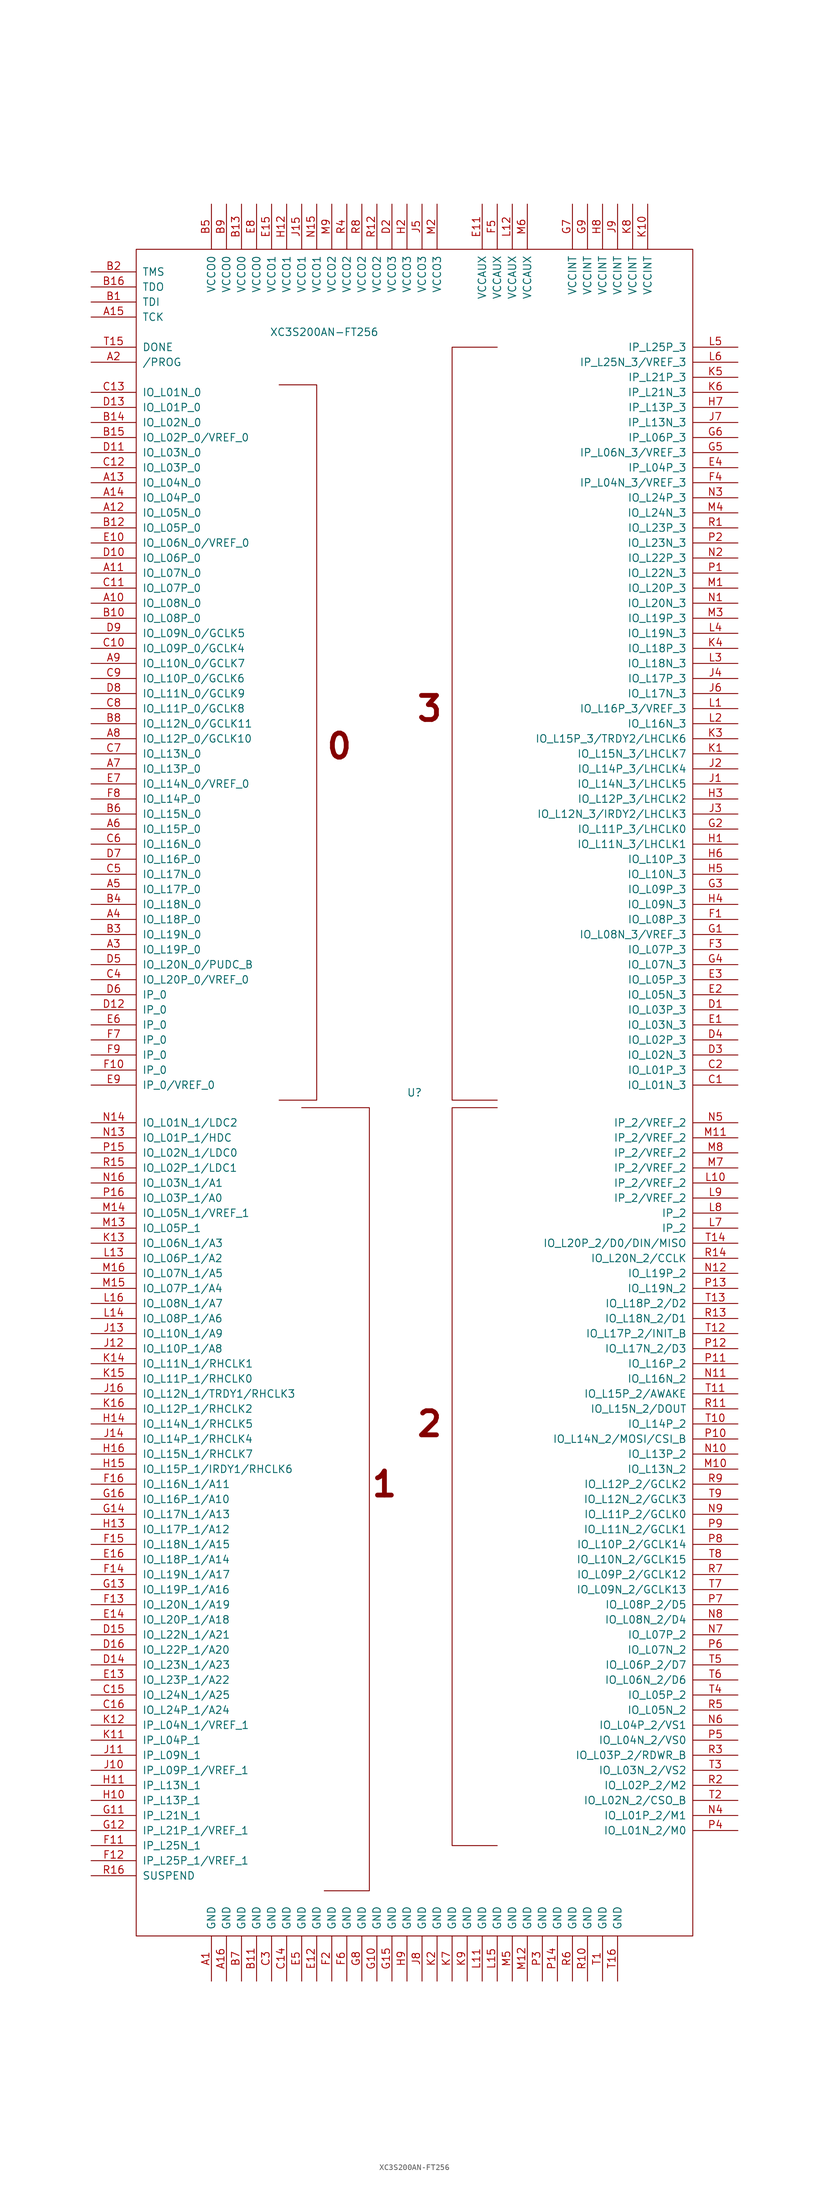
<source format=kicad_sym>
(kicad_symbol_lib
  (version 20211014)
  (generator kicad_symbol_editor)
  (symbol "XC3S200AN-FT256"
    (pin_names
      (offset 1.016))
    (property "Reference" "U"
      (at 0 0 0)
      (effects (font (size 1.27 1.27))))
    (property "Value" "XC3S200AN-FT256"
      (at -15.24 128.27 0)
      (effects (font (size 1.27 1.27))))
    (symbol "XC3S200AN-FT256_0_0"
      (text "0" (at -12.7 58.42 0) (effects (font (size 4.064 4.064) bold)))
      (text "1" (at -5.08 -66.04 0) (effects (font (size 4.064 4.064) bold)))
      (text "2" (at 2.54 -55.88 0) (effects (font (size 4.064 4.064) bold)))
      (text "3" (at 2.54 64.77 0) (effects (font (size 4.064 4.064) bold))))
    (symbol "XC3S200AN-FT256_0_1"
      (rectangle (start -46.99 142.24) (end 46.99 -142.24) (stroke (width 0) (type default) (color 0 0 0 0)) (fill (type none)))
      (polyline (pts (xy -22.86 119.38) (xy -16.51 119.38) (xy -16.51 -1.27) (xy -22.86 -1.27) (xy -22.86 -1.27)) (stroke (width 0) (type default) (color 0 0 0 0)) (fill (type none)))
      (polyline (pts (xy -19.05 -2.54) (xy -7.62 -2.54) (xy -7.62 -134.62) (xy -15.24 -134.62) (xy -15.24 -134.62)) (stroke (width 0) (type default) (color 0 0 0 0)) (fill (type none)))
      (polyline (pts (xy 13.97 -2.54) (xy 6.35 -2.54) (xy 6.35 -127) (xy 13.97 -127) (xy 13.97 -127)) (stroke (width 0) (type default) (color 0 0 0 0)) (fill (type none)))
      (polyline (pts (xy 13.97 125.73) (xy 6.35 125.73) (xy 6.35 -1.27) (xy 13.97 -1.27) (xy 13.97 -1.27)) (stroke (width 0) (type default) (color 0 0 0 0)) (fill (type none))))
    (symbol "XC3S200AN-FT256_1_1"
      (pin power_in line (at -34.29 -149.86 90) (length 7.62) (name "GND" (effects (font (size 1.27 1.27)))) (number "A1" (effects (font (size 1.27 1.27)))))
      (pin bidirectional line (at -54.61 82.55 0) (length 7.62) (name "IO_L08N_0" (effects (font (size 1.27 1.27)))) (number "A10" (effects (font (size 1.27 1.27)))))
      (pin bidirectional line (at -54.61 87.63 0) (length 7.62) (name "IO_L07N_0" (effects (font (size 1.27 1.27)))) (number "A11" (effects (font (size 1.27 1.27)))))
      (pin bidirectional line (at -54.61 97.79 0) (length 7.62) (name "IO_L05N_0" (effects (font (size 1.27 1.27)))) (number "A12" (effects (font (size 1.27 1.27)))))
      (pin bidirectional line (at -54.61 102.87 0) (length 7.62) (name "IO_L04N_0" (effects (font (size 1.27 1.27)))) (number "A13" (effects (font (size 1.27 1.27)))))
      (pin bidirectional line (at -54.61 100.33 0) (length 7.62) (name "IO_L04P_0" (effects (font (size 1.27 1.27)))) (number "A14" (effects (font (size 1.27 1.27)))))
      (pin input line (at -54.61 130.81 0) (length 7.62) (name "TCK" (effects (font (size 1.27 1.27)))) (number "A15" (effects (font (size 1.27 1.27)))))
      (pin power_in line (at -31.75 -149.86 90) (length 7.62) (name "GND" (effects (font (size 1.27 1.27)))) (number "A16" (effects (font (size 1.27 1.27)))))
      (pin bidirectional line (at -54.61 123.19 0) (length 7.62) (name "/PROG" (effects (font (size 1.27 1.27)))) (number "A2" (effects (font (size 1.27 1.27)))))
      (pin bidirectional line (at -54.61 24.13 0) (length 7.62) (name "IO_L19P_0" (effects (font (size 1.27 1.27)))) (number "A3" (effects (font (size 1.27 1.27)))))
      (pin bidirectional line (at -54.61 29.21 0) (length 7.62) (name "IO_L18P_0" (effects (font (size 1.27 1.27)))) (number "A4" (effects (font (size 1.27 1.27)))))
      (pin bidirectional line (at -54.61 34.29 0) (length 7.62) (name "IO_L17P_0" (effects (font (size 1.27 1.27)))) (number "A5" (effects (font (size 1.27 1.27)))))
      (pin bidirectional line (at -54.61 44.45 0) (length 7.62) (name "IO_L15P_0" (effects (font (size 1.27 1.27)))) (number "A6" (effects (font (size 1.27 1.27)))))
      (pin bidirectional line (at -54.61 54.61 0) (length 7.62) (name "IO_L13P_0" (effects (font (size 1.27 1.27)))) (number "A7" (effects (font (size 1.27 1.27)))))
      (pin bidirectional line (at -54.61 59.69 0) (length 7.62) (name "IO_L12P_0/GCLK10" (effects (font (size 1.27 1.27)))) (number "A8" (effects (font (size 1.27 1.27)))))
      (pin bidirectional line (at -54.61 72.39 0) (length 7.62) (name "IO_L10N_0/GCLK7" (effects (font (size 1.27 1.27)))) (number "A9" (effects (font (size 1.27 1.27)))))
      (pin input line (at -54.61 133.35 0) (length 7.62) (name "TDI" (effects (font (size 1.27 1.27)))) (number "B1" (effects (font (size 1.27 1.27)))))
      (pin bidirectional line (at -54.61 80.01 0) (length 7.62) (name "IO_L08P_0" (effects (font (size 1.27 1.27)))) (number "B10" (effects (font (size 1.27 1.27)))))
      (pin power_in line (at -26.67 -149.86 90) (length 7.62) (name "GND" (effects (font (size 1.27 1.27)))) (number "B11" (effects (font (size 1.27 1.27)))))
      (pin bidirectional line (at -54.61 95.25 0) (length 7.62) (name "IO_L05P_0" (effects (font (size 1.27 1.27)))) (number "B12" (effects (font (size 1.27 1.27)))))
      (pin power_in line (at -29.21 149.86 270) (length 7.62) (name "VCCO0" (effects (font (size 1.27 1.27)))) (number "B13" (effects (font (size 1.27 1.27)))))
      (pin bidirectional line (at -54.61 113.03 0) (length 7.62) (name "IO_L02N_0" (effects (font (size 1.27 1.27)))) (number "B14" (effects (font (size 1.27 1.27)))))
      (pin bidirectional line (at -54.61 110.49 0) (length 7.62) (name "IO_L02P_0/VREF_0" (effects (font (size 1.27 1.27)))) (number "B15" (effects (font (size 1.27 1.27)))))
      (pin output line (at -54.61 135.89 0) (length 7.62) (name "TDO" (effects (font (size 1.27 1.27)))) (number "B16" (effects (font (size 1.27 1.27)))))
      (pin input line (at -54.61 138.43 0) (length 7.62) (name "TMS" (effects (font (size 1.27 1.27)))) (number "B2" (effects (font (size 1.27 1.27)))))
      (pin bidirectional line (at -54.61 26.67 0) (length 7.62) (name "IO_L19N_0" (effects (font (size 1.27 1.27)))) (number "B3" (effects (font (size 1.27 1.27)))))
      (pin bidirectional line (at -54.61 31.75 0) (length 7.62) (name "IO_L18N_0" (effects (font (size 1.27 1.27)))) (number "B4" (effects (font (size 1.27 1.27)))))
      (pin power_in line (at -34.29 149.86 270) (length 7.62) (name "VCCO0" (effects (font (size 1.27 1.27)))) (number "B5" (effects (font (size 1.27 1.27)))))
      (pin bidirectional line (at -54.61 46.99 0) (length 7.62) (name "IO_L15N_0" (effects (font (size 1.27 1.27)))) (number "B6" (effects (font (size 1.27 1.27)))))
      (pin power_in line (at -29.21 -149.86 90) (length 7.62) (name "GND" (effects (font (size 1.27 1.27)))) (number "B7" (effects (font (size 1.27 1.27)))))
      (pin bidirectional line (at -54.61 62.23 0) (length 7.62) (name "IO_L12N_0/GCLK11" (effects (font (size 1.27 1.27)))) (number "B8" (effects (font (size 1.27 1.27)))))
      (pin power_in line (at -31.75 149.86 270) (length 7.62) (name "VCCO0" (effects (font (size 1.27 1.27)))) (number "B9" (effects (font (size 1.27 1.27)))))
      (pin bidirectional line (at 54.61 1.27 180) (length 7.62) (name "IO_L01N_3" (effects (font (size 1.27 1.27)))) (number "C1" (effects (font (size 1.27 1.27)))))
      (pin bidirectional line (at -54.61 74.93 0) (length 7.62) (name "IO_L09P_0/GCLK4" (effects (font (size 1.27 1.27)))) (number "C10" (effects (font (size 1.27 1.27)))))
      (pin bidirectional line (at -54.61 85.09 0) (length 7.62) (name "IO_L07P_0" (effects (font (size 1.27 1.27)))) (number "C11" (effects (font (size 1.27 1.27)))))
      (pin bidirectional line (at -54.61 105.41 0) (length 7.62) (name "IO_L03P_0" (effects (font (size 1.27 1.27)))) (number "C12" (effects (font (size 1.27 1.27)))))
      (pin bidirectional line (at -54.61 118.11 0) (length 7.62) (name "IO_L01N_0" (effects (font (size 1.27 1.27)))) (number "C13" (effects (font (size 1.27 1.27)))))
      (pin power_in line (at -21.59 -149.86 90) (length 7.62) (name "GND" (effects (font (size 1.27 1.27)))) (number "C14" (effects (font (size 1.27 1.27)))))
      (pin bidirectional line (at -54.61 -101.6 0) (length 7.62) (name "IO_L24N_1/A25" (effects (font (size 1.27 1.27)))) (number "C15" (effects (font (size 1.27 1.27)))))
      (pin bidirectional line (at -54.61 -104.14 0) (length 7.62) (name "IO_L24P_1/A24" (effects (font (size 1.27 1.27)))) (number "C16" (effects (font (size 1.27 1.27)))))
      (pin bidirectional line (at 54.61 3.81 180) (length 7.62) (name "IO_L01P_3" (effects (font (size 1.27 1.27)))) (number "C2" (effects (font (size 1.27 1.27)))))
      (pin power_in line (at -24.13 -149.86 90) (length 7.62) (name "GND" (effects (font (size 1.27 1.27)))) (number "C3" (effects (font (size 1.27 1.27)))))
      (pin bidirectional line (at -54.61 19.05 0) (length 7.62) (name "IO_L20P_0/VREF_0" (effects (font (size 1.27 1.27)))) (number "C4" (effects (font (size 1.27 1.27)))))
      (pin bidirectional line (at -54.61 36.83 0) (length 7.62) (name "IO_L17N_0" (effects (font (size 1.27 1.27)))) (number "C5" (effects (font (size 1.27 1.27)))))
      (pin bidirectional line (at -54.61 41.91 0) (length 7.62) (name "IO_L16N_0" (effects (font (size 1.27 1.27)))) (number "C6" (effects (font (size 1.27 1.27)))))
      (pin bidirectional line (at -54.61 57.15 0) (length 7.62) (name "IO_L13N_0" (effects (font (size 1.27 1.27)))) (number "C7" (effects (font (size 1.27 1.27)))))
      (pin bidirectional line (at -54.61 64.77 0) (length 7.62) (name "IO_L11P_0/GCLK8" (effects (font (size 1.27 1.27)))) (number "C8" (effects (font (size 1.27 1.27)))))
      (pin bidirectional line (at -54.61 69.85 0) (length 7.62) (name "IO_L10P_0/GCLK6" (effects (font (size 1.27 1.27)))) (number "C9" (effects (font (size 1.27 1.27)))))
      (pin bidirectional line (at 54.61 13.97 180) (length 7.62) (name "IO_L03P_3" (effects (font (size 1.27 1.27)))) (number "D1" (effects (font (size 1.27 1.27)))))
      (pin bidirectional line (at -54.61 90.17 0) (length 7.62) (name "IO_L06P_0" (effects (font (size 1.27 1.27)))) (number "D10" (effects (font (size 1.27 1.27)))))
      (pin bidirectional line (at -54.61 107.95 0) (length 7.62) (name "IO_L03N_0" (effects (font (size 1.27 1.27)))) (number "D11" (effects (font (size 1.27 1.27)))))
      (pin input line (at -54.61 13.97 0) (length 7.62) (name "IP_0" (effects (font (size 1.27 1.27)))) (number "D12" (effects (font (size 1.27 1.27)))))
      (pin bidirectional line (at -54.61 115.57 0) (length 7.62) (name "IO_L01P_0" (effects (font (size 1.27 1.27)))) (number "D13" (effects (font (size 1.27 1.27)))))
      (pin bidirectional line (at -54.61 -96.52 0) (length 7.62) (name "IO_L23N_1/A23" (effects (font (size 1.27 1.27)))) (number "D14" (effects (font (size 1.27 1.27)))))
      (pin bidirectional line (at -54.61 -91.44 0) (length 7.62) (name "IO_L22N_1/A21" (effects (font (size 1.27 1.27)))) (number "D15" (effects (font (size 1.27 1.27)))))
      (pin bidirectional line (at -54.61 -93.98 0) (length 7.62) (name "IO_L22P_1/A20" (effects (font (size 1.27 1.27)))) (number "D16" (effects (font (size 1.27 1.27)))))
      (pin passive line (at -3.81 149.86 270) (length 7.62) (name "VCCO3" (effects (font (size 1.27 1.27)))) (number "D2" (effects (font (size 1.27 1.27)))))
      (pin bidirectional line (at 54.61 6.35 180) (length 7.62) (name "IO_L02N_3" (effects (font (size 1.27 1.27)))) (number "D3" (effects (font (size 1.27 1.27)))))
      (pin bidirectional line (at 54.61 8.89 180) (length 7.62) (name "IO_L02P_3" (effects (font (size 1.27 1.27)))) (number "D4" (effects (font (size 1.27 1.27)))))
      (pin bidirectional line (at -54.61 21.59 0) (length 7.62) (name "IO_L20N_0/PUDC_B" (effects (font (size 1.27 1.27)))) (number "D5" (effects (font (size 1.27 1.27)))))
      (pin input line (at -54.61 16.51 0) (length 7.62) (name "IP_0" (effects (font (size 1.27 1.27)))) (number "D6" (effects (font (size 1.27 1.27)))))
      (pin bidirectional line (at -54.61 39.37 0) (length 7.62) (name "IO_L16P_0" (effects (font (size 1.27 1.27)))) (number "D7" (effects (font (size 1.27 1.27)))))
      (pin bidirectional line (at -54.61 67.31 0) (length 7.62) (name "IO_L11N_0/GCLK9" (effects (font (size 1.27 1.27)))) (number "D8" (effects (font (size 1.27 1.27)))))
      (pin bidirectional line (at -54.61 77.47 0) (length 7.62) (name "IO_L09N_0/GCLK5" (effects (font (size 1.27 1.27)))) (number "D9" (effects (font (size 1.27 1.27)))))
      (pin bidirectional line (at 54.61 11.43 180) (length 7.62) (name "IO_L03N_3" (effects (font (size 1.27 1.27)))) (number "E1" (effects (font (size 1.27 1.27)))))
      (pin bidirectional line (at -54.61 92.71 0) (length 7.62) (name "IO_L06N_0/VREF_0" (effects (font (size 1.27 1.27)))) (number "E10" (effects (font (size 1.27 1.27)))))
      (pin power_in line (at 11.43 149.86 270) (length 7.62) (name "VCCAUX" (effects (font (size 1.27 1.27)))) (number "E11" (effects (font (size 1.27 1.27)))))
      (pin power_in line (at -16.51 -149.86 90) (length 7.62) (name "GND" (effects (font (size 1.27 1.27)))) (number "E12" (effects (font (size 1.27 1.27)))))
      (pin bidirectional line (at -54.61 -99.06 0) (length 7.62) (name "IO_L23P_1/A22" (effects (font (size 1.27 1.27)))) (number "E13" (effects (font (size 1.27 1.27)))))
      (pin bidirectional line (at -54.61 -88.9 0) (length 7.62) (name "IO_L20P_1/A18" (effects (font (size 1.27 1.27)))) (number "E14" (effects (font (size 1.27 1.27)))))
      (pin power_in line (at -24.13 149.86 270) (length 7.62) (name "VCCO1" (effects (font (size 1.27 1.27)))) (number "E15" (effects (font (size 1.27 1.27)))))
      (pin bidirectional line (at -54.61 -78.74 0) (length 7.62) (name "IO_L18P_1/A14" (effects (font (size 1.27 1.27)))) (number "E16" (effects (font (size 1.27 1.27)))))
      (pin bidirectional line (at 54.61 16.51 180) (length 7.62) (name "IO_L05N_3" (effects (font (size 1.27 1.27)))) (number "E2" (effects (font (size 1.27 1.27)))))
      (pin bidirectional line (at 54.61 19.05 180) (length 7.62) (name "IO_L05P_3" (effects (font (size 1.27 1.27)))) (number "E3" (effects (font (size 1.27 1.27)))))
      (pin input line (at 54.61 105.41 180) (length 7.62) (name "IP_L04P_3" (effects (font (size 1.27 1.27)))) (number "E4" (effects (font (size 1.27 1.27)))))
      (pin power_in line (at -19.05 -149.86 90) (length 7.62) (name "GND" (effects (font (size 1.27 1.27)))) (number "E5" (effects (font (size 1.27 1.27)))))
      (pin input line (at -54.61 11.43 0) (length 7.62) (name "IP_0" (effects (font (size 1.27 1.27)))) (number "E6" (effects (font (size 1.27 1.27)))))
      (pin bidirectional line (at -54.61 52.07 0) (length 7.62) (name "IO_L14N_0/VREF_0" (effects (font (size 1.27 1.27)))) (number "E7" (effects (font (size 1.27 1.27)))))
      (pin power_in line (at -26.67 149.86 270) (length 7.62) (name "VCCO0" (effects (font (size 1.27 1.27)))) (number "E8" (effects (font (size 1.27 1.27)))))
      (pin input line (at -54.61 1.27 0) (length 7.62) (name "IP_0/VREF_0" (effects (font (size 1.27 1.27)))) (number "E9" (effects (font (size 1.27 1.27)))))
      (pin bidirectional line (at 54.61 29.21 180) (length 7.62) (name "IO_L08P_3" (effects (font (size 1.27 1.27)))) (number "F1" (effects (font (size 1.27 1.27)))))
      (pin input line (at -54.61 3.81 0) (length 7.62) (name "IP_0" (effects (font (size 1.27 1.27)))) (number "F10" (effects (font (size 1.27 1.27)))))
      (pin input line (at -54.61 -127 0) (length 7.62) (name "IP_L25N_1" (effects (font (size 1.27 1.27)))) (number "F11" (effects (font (size 1.27 1.27)))))
      (pin input line (at -54.61 -129.54 0) (length 7.62) (name "IP_L25P_1/VREF_1" (effects (font (size 1.27 1.27)))) (number "F12" (effects (font (size 1.27 1.27)))))
      (pin bidirectional line (at -54.61 -86.36 0) (length 7.62) (name "IO_L20N_1/A19" (effects (font (size 1.27 1.27)))) (number "F13" (effects (font (size 1.27 1.27)))))
      (pin bidirectional line (at -54.61 -81.28 0) (length 7.62) (name "IO_L19N_1/A17" (effects (font (size 1.27 1.27)))) (number "F14" (effects (font (size 1.27 1.27)))))
      (pin bidirectional line (at -54.61 -76.2 0) (length 7.62) (name "IO_L18N_1/A15" (effects (font (size 1.27 1.27)))) (number "F15" (effects (font (size 1.27 1.27)))))
      (pin bidirectional line (at -54.61 -66.04 0) (length 7.62) (name "IO_L16N_1/A11" (effects (font (size 1.27 1.27)))) (number "F16" (effects (font (size 1.27 1.27)))))
      (pin power_in line (at -13.97 -149.86 90) (length 7.62) (name "GND" (effects (font (size 1.27 1.27)))) (number "F2" (effects (font (size 1.27 1.27)))))
      (pin bidirectional line (at 54.61 24.13 180) (length 7.62) (name "IO_L07P_3" (effects (font (size 1.27 1.27)))) (number "F3" (effects (font (size 1.27 1.27)))))
      (pin input line (at 54.61 102.87 180) (length 7.62) (name "IP_L04N_3/VREF_3" (effects (font (size 1.27 1.27)))) (number "F4" (effects (font (size 1.27 1.27)))))
      (pin power_in line (at 13.97 149.86 270) (length 7.62) (name "VCCAUX" (effects (font (size 1.27 1.27)))) (number "F5" (effects (font (size 1.27 1.27)))))
      (pin power_in line (at -11.43 -149.86 90) (length 7.62) (name "GND" (effects (font (size 1.27 1.27)))) (number "F6" (effects (font (size 1.27 1.27)))))
      (pin input line (at -54.61 8.89 0) (length 7.62) (name "IP_0" (effects (font (size 1.27 1.27)))) (number "F7" (effects (font (size 1.27 1.27)))))
      (pin bidirectional line (at -54.61 49.53 0) (length 7.62) (name "IO_L14P_0" (effects (font (size 1.27 1.27)))) (number "F8" (effects (font (size 1.27 1.27)))))
      (pin input line (at -54.61 6.35 0) (length 7.62) (name "IP_0" (effects (font (size 1.27 1.27)))) (number "F9" (effects (font (size 1.27 1.27)))))
      (pin bidirectional line (at 54.61 26.67 180) (length 7.62) (name "IO_L08N_3/VREF_3" (effects (font (size 1.27 1.27)))) (number "G1" (effects (font (size 1.27 1.27)))))
      (pin power_in line (at -6.35 -149.86 90) (length 7.62) (name "GND" (effects (font (size 1.27 1.27)))) (number "G10" (effects (font (size 1.27 1.27)))))
      (pin input line (at -54.61 -121.92 0) (length 7.62) (name "IP_L21N_1" (effects (font (size 1.27 1.27)))) (number "G11" (effects (font (size 1.27 1.27)))))
      (pin input line (at -54.61 -124.46 0) (length 7.62) (name "IP_L21P_1/VREF_1" (effects (font (size 1.27 1.27)))) (number "G12" (effects (font (size 1.27 1.27)))))
      (pin bidirectional line (at -54.61 -83.82 0) (length 7.62) (name "IO_L19P_1/A16" (effects (font (size 1.27 1.27)))) (number "G13" (effects (font (size 1.27 1.27)))))
      (pin bidirectional line (at -54.61 -71.12 0) (length 7.62) (name "IO_L17N_1/A13" (effects (font (size 1.27 1.27)))) (number "G14" (effects (font (size 1.27 1.27)))))
      (pin power_in line (at -3.81 -149.86 90) (length 7.62) (name "GND" (effects (font (size 1.27 1.27)))) (number "G15" (effects (font (size 1.27 1.27)))))
      (pin bidirectional line (at -54.61 -68.58 0) (length 7.62) (name "IO_L16P_1/A10" (effects (font (size 1.27 1.27)))) (number "G16" (effects (font (size 1.27 1.27)))))
      (pin bidirectional line (at 54.61 44.45 180) (length 7.62) (name "IO_L11P_3/LHCLK0" (effects (font (size 1.27 1.27)))) (number "G2" (effects (font (size 1.27 1.27)))))
      (pin bidirectional line (at 54.61 34.29 180) (length 7.62) (name "IO_L09P_3" (effects (font (size 1.27 1.27)))) (number "G3" (effects (font (size 1.27 1.27)))))
      (pin bidirectional line (at 54.61 21.59 180) (length 7.62) (name "IO_L07N_3" (effects (font (size 1.27 1.27)))) (number "G4" (effects (font (size 1.27 1.27)))))
      (pin input line (at 54.61 107.95 180) (length 7.62) (name "IP_L06N_3/VREF_3" (effects (font (size 1.27 1.27)))) (number "G5" (effects (font (size 1.27 1.27)))))
      (pin input line (at 54.61 110.49 180) (length 7.62) (name "IP_L06P_3" (effects (font (size 1.27 1.27)))) (number "G6" (effects (font (size 1.27 1.27)))))
      (pin power_in line (at 26.67 149.86 270) (length 7.62) (name "VCCINT" (effects (font (size 1.27 1.27)))) (number "G7" (effects (font (size 1.27 1.27)))))
      (pin power_in line (at -8.89 -149.86 90) (length 7.62) (name "GND" (effects (font (size 1.27 1.27)))) (number "G8" (effects (font (size 1.27 1.27)))))
      (pin power_in line (at 29.21 149.86 270) (length 7.62) (name "VCCINT" (effects (font (size 1.27 1.27)))) (number "G9" (effects (font (size 1.27 1.27)))))
      (pin bidirectional line (at 54.61 41.91 180) (length 7.62) (name "IO_L11N_3/LHCLK1" (effects (font (size 1.27 1.27)))) (number "H1" (effects (font (size 1.27 1.27)))))
      (pin input line (at -54.61 -119.38 0) (length 7.62) (name "IP_L13P_1" (effects (font (size 1.27 1.27)))) (number "H10" (effects (font (size 1.27 1.27)))))
      (pin input line (at -54.61 -116.84 0) (length 7.62) (name "IP_L13N_1" (effects (font (size 1.27 1.27)))) (number "H11" (effects (font (size 1.27 1.27)))))
      (pin power_in line (at -21.59 149.86 270) (length 7.62) (name "VCCO1" (effects (font (size 1.27 1.27)))) (number "H12" (effects (font (size 1.27 1.27)))))
      (pin bidirectional line (at -54.61 -73.66 0) (length 7.62) (name "IO_L17P_1/A12" (effects (font (size 1.27 1.27)))) (number "H13" (effects (font (size 1.27 1.27)))))
      (pin bidirectional line (at -54.61 -55.88 0) (length 7.62) (name "IO_L14N_1/RHCLK5" (effects (font (size 1.27 1.27)))) (number "H14" (effects (font (size 1.27 1.27)))))
      (pin bidirectional line (at -54.61 -63.5 0) (length 7.62) (name "IO_L15P_1/IRDY1/RHCLK6" (effects (font (size 1.27 1.27)))) (number "H15" (effects (font (size 1.27 1.27)))))
      (pin bidirectional line (at -54.61 -60.96 0) (length 7.62) (name "IO_L15N_1/RHCLK7" (effects (font (size 1.27 1.27)))) (number "H16" (effects (font (size 1.27 1.27)))))
      (pin power_in line (at -1.27 149.86 270) (length 7.62) (name "VCCO3" (effects (font (size 1.27 1.27)))) (number "H2" (effects (font (size 1.27 1.27)))))
      (pin bidirectional line (at 54.61 49.53 180) (length 7.62) (name "IO_L12P_3/LHCLK2" (effects (font (size 1.27 1.27)))) (number "H3" (effects (font (size 1.27 1.27)))))
      (pin bidirectional line (at 54.61 31.75 180) (length 7.62) (name "IO_L09N_3" (effects (font (size 1.27 1.27)))) (number "H4" (effects (font (size 1.27 1.27)))))
      (pin bidirectional line (at 54.61 36.83 180) (length 7.62) (name "IO_L10N_3" (effects (font (size 1.27 1.27)))) (number "H5" (effects (font (size 1.27 1.27)))))
      (pin bidirectional line (at 54.61 39.37 180) (length 7.62) (name "IO_L10P_3" (effects (font (size 1.27 1.27)))) (number "H6" (effects (font (size 1.27 1.27)))))
      (pin input line (at 54.61 115.57 180) (length 7.62) (name "IP_L13P_3" (effects (font (size 1.27 1.27)))) (number "H7" (effects (font (size 1.27 1.27)))))
      (pin power_in line (at 31.75 149.86 270) (length 7.62) (name "VCCINT" (effects (font (size 1.27 1.27)))) (number "H8" (effects (font (size 1.27 1.27)))))
      (pin power_in line (at -1.27 -149.86 90) (length 7.62) (name "GND" (effects (font (size 1.27 1.27)))) (number "H9" (effects (font (size 1.27 1.27)))))
      (pin bidirectional line (at 54.61 52.07 180) (length 7.62) (name "IO_L14N_3/LHCLK5" (effects (font (size 1.27 1.27)))) (number "J1" (effects (font (size 1.27 1.27)))))
      (pin input line (at -54.61 -114.3 0) (length 7.62) (name "IP_L09P_1/VREF_1" (effects (font (size 1.27 1.27)))) (number "J10" (effects (font (size 1.27 1.27)))))
      (pin input line (at -54.61 -111.76 0) (length 7.62) (name "IP_L09N_1" (effects (font (size 1.27 1.27)))) (number "J11" (effects (font (size 1.27 1.27)))))
      (pin bidirectional line (at -54.61 -43.18 0) (length 7.62) (name "IO_L10P_1/A8" (effects (font (size 1.27 1.27)))) (number "J12" (effects (font (size 1.27 1.27)))))
      (pin bidirectional line (at -54.61 -40.64 0) (length 7.62) (name "IO_L10N_1/A9" (effects (font (size 1.27 1.27)))) (number "J13" (effects (font (size 1.27 1.27)))))
      (pin bidirectional line (at -54.61 -58.42 0) (length 7.62) (name "IO_L14P_1/RHCLK4" (effects (font (size 1.27 1.27)))) (number "J14" (effects (font (size 1.27 1.27)))))
      (pin power_in line (at -19.05 149.86 270) (length 7.62) (name "VCCO1" (effects (font (size 1.27 1.27)))) (number "J15" (effects (font (size 1.27 1.27)))))
      (pin bidirectional line (at -54.61 -50.8 0) (length 7.62) (name "IO_L12N_1/TRDY1/RHCLK3" (effects (font (size 1.27 1.27)))) (number "J16" (effects (font (size 1.27 1.27)))))
      (pin bidirectional line (at 54.61 54.61 180) (length 7.62) (name "IO_L14P_3/LHCLK4" (effects (font (size 1.27 1.27)))) (number "J2" (effects (font (size 1.27 1.27)))))
      (pin bidirectional line (at 54.61 46.99 180) (length 7.62) (name "IO_L12N_3/IRDY2/LHCLK3" (effects (font (size 1.27 1.27)))) (number "J3" (effects (font (size 1.27 1.27)))))
      (pin bidirectional line (at 54.61 69.85 180) (length 7.62) (name "IO_L17P_3" (effects (font (size 1.27 1.27)))) (number "J4" (effects (font (size 1.27 1.27)))))
      (pin power_in line (at 1.27 149.86 270) (length 7.62) (name "VCCO3" (effects (font (size 1.27 1.27)))) (number "J5" (effects (font (size 1.27 1.27)))))
      (pin bidirectional line (at 54.61 67.31 180) (length 7.62) (name "IO_L17N_3" (effects (font (size 1.27 1.27)))) (number "J6" (effects (font (size 1.27 1.27)))))
      (pin input line (at 54.61 113.03 180) (length 7.62) (name "IP_L13N_3" (effects (font (size 1.27 1.27)))) (number "J7" (effects (font (size 1.27 1.27)))))
      (pin power_in line (at 1.27 -149.86 90) (length 7.62) (name "GND" (effects (font (size 1.27 1.27)))) (number "J8" (effects (font (size 1.27 1.27)))))
      (pin power_in line (at 34.29 149.86 270) (length 7.62) (name "VCCINT" (effects (font (size 1.27 1.27)))) (number "J9" (effects (font (size 1.27 1.27)))))
      (pin bidirectional line (at 54.61 57.15 180) (length 7.62) (name "IO_L15N_3/LHCLK7" (effects (font (size 1.27 1.27)))) (number "K1" (effects (font (size 1.27 1.27)))))
      (pin power_in line (at 39.37 149.86 270) (length 7.62) (name "VCCINT" (effects (font (size 1.27 1.27)))) (number "K10" (effects (font (size 1.27 1.27)))))
      (pin input line (at -54.61 -109.22 0) (length 7.62) (name "IP_L04P_1" (effects (font (size 1.27 1.27)))) (number "K11" (effects (font (size 1.27 1.27)))))
      (pin input line (at -54.61 -106.68 0) (length 7.62) (name "IP_L04N_1/VREF_1" (effects (font (size 1.27 1.27)))) (number "K12" (effects (font (size 1.27 1.27)))))
      (pin bidirectional line (at -54.61 -25.4 0) (length 7.62) (name "IO_L06N_1/A3" (effects (font (size 1.27 1.27)))) (number "K13" (effects (font (size 1.27 1.27)))))
      (pin bidirectional line (at -54.61 -45.72 0) (length 7.62) (name "IO_L11N_1/RHCLK1" (effects (font (size 1.27 1.27)))) (number "K14" (effects (font (size 1.27 1.27)))))
      (pin bidirectional line (at -54.61 -48.26 0) (length 7.62) (name "IO_L11P_1/RHCLK0" (effects (font (size 1.27 1.27)))) (number "K15" (effects (font (size 1.27 1.27)))))
      (pin bidirectional line (at -54.61 -53.34 0) (length 7.62) (name "IO_L12P_1/RHCLK2" (effects (font (size 1.27 1.27)))) (number "K16" (effects (font (size 1.27 1.27)))))
      (pin power_in line (at 3.81 -149.86 90) (length 7.62) (name "GND" (effects (font (size 1.27 1.27)))) (number "K2" (effects (font (size 1.27 1.27)))))
      (pin bidirectional line (at 54.61 59.69 180) (length 7.62) (name "IO_L15P_3/TRDY2/LHCLK6" (effects (font (size 1.27 1.27)))) (number "K3" (effects (font (size 1.27 1.27)))))
      (pin bidirectional line (at 54.61 74.93 180) (length 7.62) (name "IO_L18P_3" (effects (font (size 1.27 1.27)))) (number "K4" (effects (font (size 1.27 1.27)))))
      (pin input line (at 54.61 120.65 180) (length 7.62) (name "IP_L21P_3" (effects (font (size 1.27 1.27)))) (number "K5" (effects (font (size 1.27 1.27)))))
      (pin input line (at 54.61 118.11 180) (length 7.62) (name "IP_L21N_3" (effects (font (size 1.27 1.27)))) (number "K6" (effects (font (size 1.27 1.27)))))
      (pin power_in line (at 6.35 -149.86 90) (length 7.62) (name "GND" (effects (font (size 1.27 1.27)))) (number "K7" (effects (font (size 1.27 1.27)))))
      (pin power_in line (at 36.83 149.86 270) (length 7.62) (name "VCCINT" (effects (font (size 1.27 1.27)))) (number "K8" (effects (font (size 1.27 1.27)))))
      (pin power_in line (at 8.89 -149.86 90) (length 7.62) (name "GND" (effects (font (size 1.27 1.27)))) (number "K9" (effects (font (size 1.27 1.27)))))
      (pin bidirectional line (at 54.61 64.77 180) (length 7.62) (name "IO_L16P_3/VREF_3" (effects (font (size 1.27 1.27)))) (number "L1" (effects (font (size 1.27 1.27)))))
      (pin input line (at 54.61 -15.24 180) (length 7.62) (name "IP_2/VREF_2" (effects (font (size 1.27 1.27)))) (number "L10" (effects (font (size 1.27 1.27)))))
      (pin power_in line (at 11.43 -149.86 90) (length 7.62) (name "GND" (effects (font (size 1.27 1.27)))) (number "L11" (effects (font (size 1.27 1.27)))))
      (pin power_in line (at 16.51 149.86 270) (length 7.62) (name "VCCAUX" (effects (font (size 1.27 1.27)))) (number "L12" (effects (font (size 1.27 1.27)))))
      (pin bidirectional line (at -54.61 -27.94 0) (length 7.62) (name "IO_L06P_1/A2" (effects (font (size 1.27 1.27)))) (number "L13" (effects (font (size 1.27 1.27)))))
      (pin bidirectional line (at -54.61 -38.1 0) (length 7.62) (name "IO_L08P_1/A6" (effects (font (size 1.27 1.27)))) (number "L14" (effects (font (size 1.27 1.27)))))
      (pin power_in line (at 13.97 -149.86 90) (length 7.62) (name "GND" (effects (font (size 1.27 1.27)))) (number "L15" (effects (font (size 1.27 1.27)))))
      (pin bidirectional line (at -54.61 -35.56 0) (length 7.62) (name "IO_L08N_1/A7" (effects (font (size 1.27 1.27)))) (number "L16" (effects (font (size 1.27 1.27)))))
      (pin bidirectional line (at 54.61 62.23 180) (length 7.62) (name "IO_L16N_3" (effects (font (size 1.27 1.27)))) (number "L2" (effects (font (size 1.27 1.27)))))
      (pin bidirectional line (at 54.61 72.39 180) (length 7.62) (name "IO_L18N_3" (effects (font (size 1.27 1.27)))) (number "L3" (effects (font (size 1.27 1.27)))))
      (pin bidirectional line (at 54.61 77.47 180) (length 7.62) (name "IO_L19N_3" (effects (font (size 1.27 1.27)))) (number "L4" (effects (font (size 1.27 1.27)))))
      (pin input line (at 54.61 125.73 180) (length 7.62) (name "IP_L25P_3" (effects (font (size 1.27 1.27)))) (number "L5" (effects (font (size 1.27 1.27)))))
      (pin input line (at 54.61 123.19 180) (length 7.62) (name "IP_L25N_3/VREF_3" (effects (font (size 1.27 1.27)))) (number "L6" (effects (font (size 1.27 1.27)))))
      (pin input line (at 54.61 -22.86 180) (length 7.62) (name "IP_2" (effects (font (size 1.27 1.27)))) (number "L7" (effects (font (size 1.27 1.27)))))
      (pin input line (at 54.61 -20.32 180) (length 7.62) (name "IP_2" (effects (font (size 1.27 1.27)))) (number "L8" (effects (font (size 1.27 1.27)))))
      (pin input line (at 54.61 -17.78 180) (length 7.62) (name "IP_2/VREF_2" (effects (font (size 1.27 1.27)))) (number "L9" (effects (font (size 1.27 1.27)))))
      (pin bidirectional line (at 54.61 85.09 180) (length 7.62) (name "IO_L20P_3" (effects (font (size 1.27 1.27)))) (number "M1" (effects (font (size 1.27 1.27)))))
      (pin bidirectional line (at 54.61 -63.5 180) (length 7.62) (name "IO_L13N_2" (effects (font (size 1.27 1.27)))) (number "M10" (effects (font (size 1.27 1.27)))))
      (pin input line (at 54.61 -7.62 180) (length 7.62) (name "IP_2/VREF_2" (effects (font (size 1.27 1.27)))) (number "M11" (effects (font (size 1.27 1.27)))))
      (pin power_in line (at 19.05 -149.86 90) (length 7.62) (name "GND" (effects (font (size 1.27 1.27)))) (number "M12" (effects (font (size 1.27 1.27)))))
      (pin bidirectional line (at -54.61 -22.86 0) (length 7.62) (name "IO_L05P_1" (effects (font (size 1.27 1.27)))) (number "M13" (effects (font (size 1.27 1.27)))))
      (pin bidirectional line (at -54.61 -20.32 0) (length 7.62) (name "IO_L05N_1/VREF_1" (effects (font (size 1.27 1.27)))) (number "M14" (effects (font (size 1.27 1.27)))))
      (pin bidirectional line (at -54.61 -33.02 0) (length 7.62) (name "IO_L07P_1/A4" (effects (font (size 1.27 1.27)))) (number "M15" (effects (font (size 1.27 1.27)))))
      (pin bidirectional line (at -54.61 -30.48 0) (length 7.62) (name "IO_L07N_1/A5" (effects (font (size 1.27 1.27)))) (number "M16" (effects (font (size 1.27 1.27)))))
      (pin power_in line (at 3.81 149.86 270) (length 7.62) (name "VCCO3" (effects (font (size 1.27 1.27)))) (number "M2" (effects (font (size 1.27 1.27)))))
      (pin bidirectional line (at 54.61 80.01 180) (length 7.62) (name "IO_L19P_3" (effects (font (size 1.27 1.27)))) (number "M3" (effects (font (size 1.27 1.27)))))
      (pin bidirectional line (at 54.61 97.79 180) (length 7.62) (name "IO_L24N_3" (effects (font (size 1.27 1.27)))) (number "M4" (effects (font (size 1.27 1.27)))))
      (pin power_in line (at 16.51 -149.86 90) (length 7.62) (name "GND" (effects (font (size 1.27 1.27)))) (number "M5" (effects (font (size 1.27 1.27)))))
      (pin power_in line (at 19.05 149.86 270) (length 7.62) (name "VCCAUX" (effects (font (size 1.27 1.27)))) (number "M6" (effects (font (size 1.27 1.27)))))
      (pin input line (at 54.61 -12.7 180) (length 7.62) (name "IP_2/VREF_2" (effects (font (size 1.27 1.27)))) (number "M7" (effects (font (size 1.27 1.27)))))
      (pin input line (at 54.61 -10.16 180) (length 7.62) (name "IP_2/VREF_2" (effects (font (size 1.27 1.27)))) (number "M8" (effects (font (size 1.27 1.27)))))
      (pin power_in line (at -13.97 149.86 270) (length 7.62) (name "VCCO2" (effects (font (size 1.27 1.27)))) (number "M9" (effects (font (size 1.27 1.27)))))
      (pin bidirectional line (at 54.61 82.55 180) (length 7.62) (name "IO_L20N_3" (effects (font (size 1.27 1.27)))) (number "N1" (effects (font (size 1.27 1.27)))))
      (pin bidirectional line (at 54.61 -60.96 180) (length 7.62) (name "IO_L13P_2" (effects (font (size 1.27 1.27)))) (number "N10" (effects (font (size 1.27 1.27)))))
      (pin bidirectional line (at 54.61 -48.26 180) (length 7.62) (name "IO_L16N_2" (effects (font (size 1.27 1.27)))) (number "N11" (effects (font (size 1.27 1.27)))))
      (pin bidirectional line (at 54.61 -30.48 180) (length 7.62) (name "IO_L19P_2" (effects (font (size 1.27 1.27)))) (number "N12" (effects (font (size 1.27 1.27)))))
      (pin bidirectional line (at -54.61 -7.62 0) (length 7.62) (name "IO_L01P_1/HDC" (effects (font (size 1.27 1.27)))) (number "N13" (effects (font (size 1.27 1.27)))))
      (pin bidirectional line (at -54.61 -5.08 0) (length 7.62) (name "IO_L01N_1/LDC2" (effects (font (size 1.27 1.27)))) (number "N14" (effects (font (size 1.27 1.27)))))
      (pin power_in line (at -16.51 149.86 270) (length 7.62) (name "VCCO1" (effects (font (size 1.27 1.27)))) (number "N15" (effects (font (size 1.27 1.27)))))
      (pin bidirectional line (at -54.61 -15.24 0) (length 7.62) (name "IO_L03N_1/A1" (effects (font (size 1.27 1.27)))) (number "N16" (effects (font (size 1.27 1.27)))))
      (pin bidirectional line (at 54.61 90.17 180) (length 7.62) (name "IO_L22P_3" (effects (font (size 1.27 1.27)))) (number "N2" (effects (font (size 1.27 1.27)))))
      (pin bidirectional line (at 54.61 100.33 180) (length 7.62) (name "IO_L24P_3" (effects (font (size 1.27 1.27)))) (number "N3" (effects (font (size 1.27 1.27)))))
      (pin bidirectional line (at 54.61 -121.92 180) (length 7.62) (name "IO_L01P_2/M1" (effects (font (size 1.27 1.27)))) (number "N4" (effects (font (size 1.27 1.27)))))
      (pin input line (at 54.61 -5.08 180) (length 7.62) (name "IP_2/VREF_2" (effects (font (size 1.27 1.27)))) (number "N5" (effects (font (size 1.27 1.27)))))
      (pin bidirectional line (at 54.61 -106.68 180) (length 7.62) (name "IO_L04P_2/VS1" (effects (font (size 1.27 1.27)))) (number "N6" (effects (font (size 1.27 1.27)))))
      (pin bidirectional line (at 54.61 -91.44 180) (length 7.62) (name "IO_L07P_2" (effects (font (size 1.27 1.27)))) (number "N7" (effects (font (size 1.27 1.27)))))
      (pin bidirectional line (at 54.61 -88.9 180) (length 7.62) (name "IO_L08N_2/D4" (effects (font (size 1.27 1.27)))) (number "N8" (effects (font (size 1.27 1.27)))))
      (pin bidirectional line (at 54.61 -71.12 180) (length 7.62) (name "IO_L11P_2/GCLK0" (effects (font (size 1.27 1.27)))) (number "N9" (effects (font (size 1.27 1.27)))))
      (pin bidirectional line (at 54.61 87.63 180) (length 7.62) (name "IO_L22N_3" (effects (font (size 1.27 1.27)))) (number "P1" (effects (font (size 1.27 1.27)))))
      (pin bidirectional line (at 54.61 -58.42 180) (length 7.62) (name "IO_L14N_2/MOSI/CSI_B" (effects (font (size 1.27 1.27)))) (number "P10" (effects (font (size 1.27 1.27)))))
      (pin bidirectional line (at 54.61 -45.72 180) (length 7.62) (name "IO_L16P_2" (effects (font (size 1.27 1.27)))) (number "P11" (effects (font (size 1.27 1.27)))))
      (pin bidirectional line (at 54.61 -43.18 180) (length 7.62) (name "IO_L17N_2/D3" (effects (font (size 1.27 1.27)))) (number "P12" (effects (font (size 1.27 1.27)))))
      (pin bidirectional line (at 54.61 -33.02 180) (length 7.62) (name "IO_L19N_2" (effects (font (size 1.27 1.27)))) (number "P13" (effects (font (size 1.27 1.27)))))
      (pin power_in line (at 24.13 -149.86 90) (length 7.62) (name "GND" (effects (font (size 1.27 1.27)))) (number "P14" (effects (font (size 1.27 1.27)))))
      (pin bidirectional line (at -54.61 -10.16 0) (length 7.62) (name "IO_L02N_1/LDC0" (effects (font (size 1.27 1.27)))) (number "P15" (effects (font (size 1.27 1.27)))))
      (pin bidirectional line (at -54.61 -17.78 0) (length 7.62) (name "IO_L03P_1/A0" (effects (font (size 1.27 1.27)))) (number "P16" (effects (font (size 1.27 1.27)))))
      (pin bidirectional line (at 54.61 92.71 180) (length 7.62) (name "IO_L23N_3" (effects (font (size 1.27 1.27)))) (number "P2" (effects (font (size 1.27 1.27)))))
      (pin power_in line (at 21.59 -149.86 90) (length 7.62) (name "GND" (effects (font (size 1.27 1.27)))) (number "P3" (effects (font (size 1.27 1.27)))))
      (pin bidirectional line (at 54.61 -124.46 180) (length 7.62) (name "IO_L01N_2/M0" (effects (font (size 1.27 1.27)))) (number "P4" (effects (font (size 1.27 1.27)))))
      (pin bidirectional line (at 54.61 -109.22 180) (length 7.62) (name "IO_L04N_2/VS0" (effects (font (size 1.27 1.27)))) (number "P5" (effects (font (size 1.27 1.27)))))
      (pin bidirectional line (at 54.61 -93.98 180) (length 7.62) (name "IO_L07N_2" (effects (font (size 1.27 1.27)))) (number "P6" (effects (font (size 1.27 1.27)))))
      (pin bidirectional line (at 54.61 -86.36 180) (length 7.62) (name "IO_L08P_2/D5" (effects (font (size 1.27 1.27)))) (number "P7" (effects (font (size 1.27 1.27)))))
      (pin bidirectional line (at 54.61 -76.2 180) (length 7.62) (name "IO_L10P_2/GCLK14" (effects (font (size 1.27 1.27)))) (number "P8" (effects (font (size 1.27 1.27)))))
      (pin bidirectional line (at 54.61 -73.66 180) (length 7.62) (name "IO_L11N_2/GCLK1" (effects (font (size 1.27 1.27)))) (number "P9" (effects (font (size 1.27 1.27)))))
      (pin bidirectional line (at 54.61 95.25 180) (length 7.62) (name "IO_L23P_3" (effects (font (size 1.27 1.27)))) (number "R1" (effects (font (size 1.27 1.27)))))
      (pin power_in line (at 29.21 -149.86 90) (length 7.62) (name "GND" (effects (font (size 1.27 1.27)))) (number "R10" (effects (font (size 1.27 1.27)))))
      (pin bidirectional line (at 54.61 -53.34 180) (length 7.62) (name "IO_L15N_2/DOUT" (effects (font (size 1.27 1.27)))) (number "R11" (effects (font (size 1.27 1.27)))))
      (pin power_in line (at -6.35 149.86 270) (length 7.62) (name "VCCO2" (effects (font (size 1.27 1.27)))) (number "R12" (effects (font (size 1.27 1.27)))))
      (pin bidirectional line (at 54.61 -38.1 180) (length 7.62) (name "IO_L18N_2/D1" (effects (font (size 1.27 1.27)))) (number "R13" (effects (font (size 1.27 1.27)))))
      (pin bidirectional line (at 54.61 -27.94 180) (length 7.62) (name "IO_L20N_2/CCLK" (effects (font (size 1.27 1.27)))) (number "R14" (effects (font (size 1.27 1.27)))))
      (pin bidirectional line (at -54.61 -12.7 0) (length 7.62) (name "IO_L02P_1/LDC1" (effects (font (size 1.27 1.27)))) (number "R15" (effects (font (size 1.27 1.27)))))
      (pin input line (at -54.61 -132.08 0) (length 7.62) (name "SUSPEND" (effects (font (size 1.27 1.27)))) (number "R16" (effects (font (size 1.27 1.27)))))
      (pin bidirectional line (at 54.61 -116.84 180) (length 7.62) (name "IO_L02P_2/M2" (effects (font (size 1.27 1.27)))) (number "R2" (effects (font (size 1.27 1.27)))))
      (pin bidirectional line (at 54.61 -111.76 180) (length 7.62) (name "IO_L03P_2/RDWR_B" (effects (font (size 1.27 1.27)))) (number "R3" (effects (font (size 1.27 1.27)))))
      (pin power_in line (at -11.43 149.86 270) (length 7.62) (name "VCCO2" (effects (font (size 1.27 1.27)))) (number "R4" (effects (font (size 1.27 1.27)))))
      (pin bidirectional line (at 54.61 -104.14 180) (length 7.62) (name "IO_L05N_2" (effects (font (size 1.27 1.27)))) (number "R5" (effects (font (size 1.27 1.27)))))
      (pin power_in line (at 26.67 -149.86 90) (length 7.62) (name "GND" (effects (font (size 1.27 1.27)))) (number "R6" (effects (font (size 1.27 1.27)))))
      (pin bidirectional line (at 54.61 -81.28 180) (length 7.62) (name "IO_L09P_2/GCLK12" (effects (font (size 1.27 1.27)))) (number "R7" (effects (font (size 1.27 1.27)))))
      (pin power_in line (at -8.89 149.86 270) (length 7.62) (name "VCCO2" (effects (font (size 1.27 1.27)))) (number "R8" (effects (font (size 1.27 1.27)))))
      (pin bidirectional line (at 54.61 -66.04 180) (length 7.62) (name "IO_L12P_2/GCLK2" (effects (font (size 1.27 1.27)))) (number "R9" (effects (font (size 1.27 1.27)))))
      (pin power_in line (at 31.75 -149.86 90) (length 7.62) (name "GND" (effects (font (size 1.27 1.27)))) (number "T1" (effects (font (size 1.27 1.27)))))
      (pin bidirectional line (at 54.61 -55.88 180) (length 7.62) (name "IO_L14P_2" (effects (font (size 1.27 1.27)))) (number "T10" (effects (font (size 1.27 1.27)))))
      (pin bidirectional line (at 54.61 -50.8 180) (length 7.62) (name "IO_L15P_2/AWAKE" (effects (font (size 1.27 1.27)))) (number "T11" (effects (font (size 1.27 1.27)))))
      (pin bidirectional line (at 54.61 -40.64 180) (length 7.62) (name "IO_L17P_2/INIT_B" (effects (font (size 1.27 1.27)))) (number "T12" (effects (font (size 1.27 1.27)))))
      (pin bidirectional line (at 54.61 -35.56 180) (length 7.62) (name "IO_L18P_2/D2" (effects (font (size 1.27 1.27)))) (number "T13" (effects (font (size 1.27 1.27)))))
      (pin bidirectional line (at 54.61 -25.4 180) (length 7.62) (name "IO_L20P_2/D0/DIN/MISO" (effects (font (size 1.27 1.27)))) (number "T14" (effects (font (size 1.27 1.27)))))
      (pin bidirectional line (at -54.61 125.73 0) (length 7.62) (name "DONE" (effects (font (size 1.27 1.27)))) (number "T15" (effects (font (size 1.27 1.27)))))
      (pin power_in line (at 34.29 -149.86 90) (length 7.62) (name "GND" (effects (font (size 1.27 1.27)))) (number "T16" (effects (font (size 1.27 1.27)))))
      (pin bidirectional line (at 54.61 -119.38 180) (length 7.62) (name "IO_L02N_2/CSO_B" (effects (font (size 1.27 1.27)))) (number "T2" (effects (font (size 1.27 1.27)))))
      (pin bidirectional line (at 54.61 -114.3 180) (length 7.62) (name "IO_L03N_2/VS2" (effects (font (size 1.27 1.27)))) (number "T3" (effects (font (size 1.27 1.27)))))
      (pin bidirectional line (at 54.61 -101.6 180) (length 7.62) (name "IO_L05P_2" (effects (font (size 1.27 1.27)))) (number "T4" (effects (font (size 1.27 1.27)))))
      (pin bidirectional line (at 54.61 -96.52 180) (length 7.62) (name "IO_L06P_2/D7" (effects (font (size 1.27 1.27)))) (number "T5" (effects (font (size 1.27 1.27)))))
      (pin bidirectional line (at 54.61 -99.06 180) (length 7.62) (name "IO_L06N_2/D6" (effects (font (size 1.27 1.27)))) (number "T6" (effects (font (size 1.27 1.27)))))
      (pin bidirectional line (at 54.61 -83.82 180) (length 7.62) (name "IO_L09N_2/GCLK13" (effects (font (size 1.27 1.27)))) (number "T7" (effects (font (size 1.27 1.27)))))
      (pin bidirectional line (at 54.61 -78.74 180) (length 7.62) (name "IO_L10N_2/GCLK15" (effects (font (size 1.27 1.27)))) (number "T8" (effects (font (size 1.27 1.27)))))
      (pin bidirectional line (at 54.61 -68.58 180) (length 7.62) (name "IO_L12N_2/GCLK3" (effects (font (size 1.27 1.27)))) (number "T9" (effects (font (size 1.27 1.27))))))))
</source>
